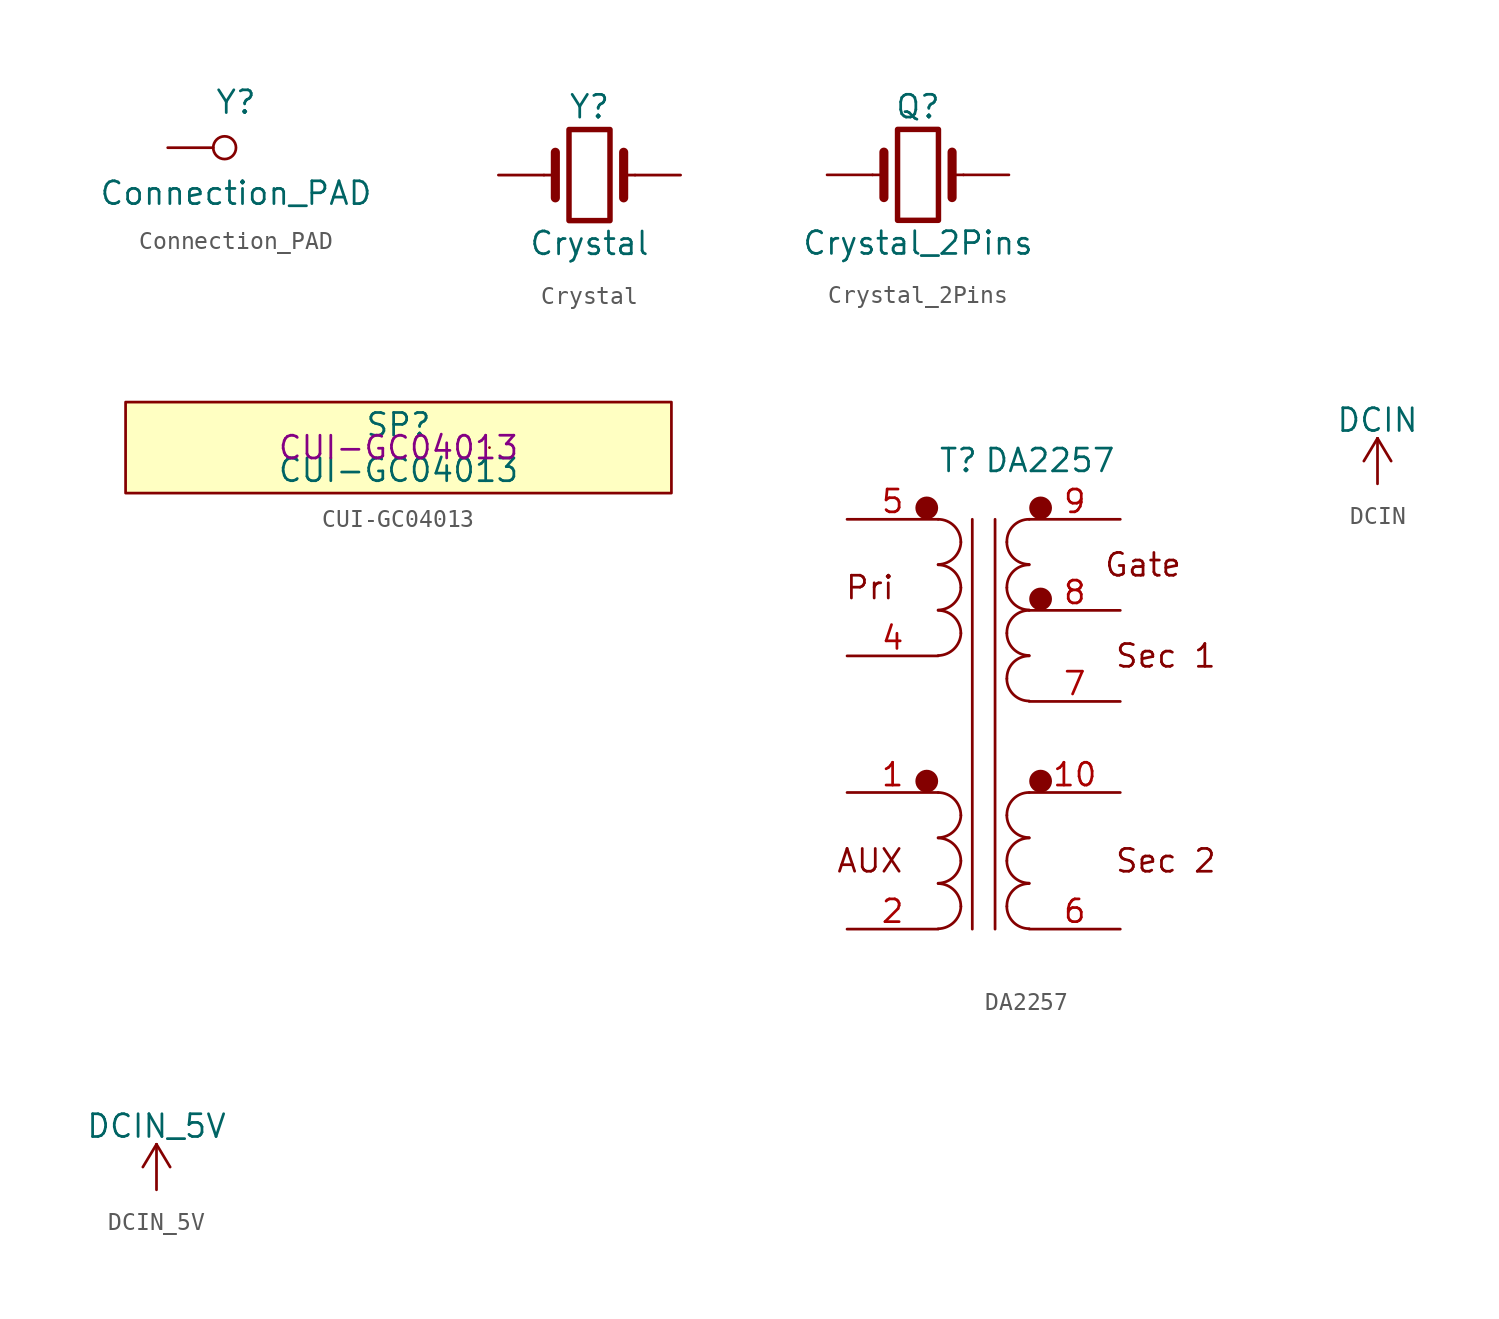
<source format=kicad_sym>
(kicad_symbol_lib
  (version 20220914)
  (generator kicad_symbol_editor)
  (symbol "Connection_PAD"
    (pin_numbers hide)
    (pin_names
      (offset 1.016) hide)
    (property "Reference" "Y"
      (at 3.81 2.54 0)
      (effects (font (size 1.27 1.27))))
    (property "Value" "Connection_PAD"
      (at 3.81 -2.54 0)
      (effects (font (size 1.27 1.27))))
    (symbol "Connection_PAD_0_1"
      (circle (center 3.175 0) (radius 0.635) (stroke (width 0) (type solid)) (fill (type none))))
    (symbol "Connection_PAD_1_1"
      (pin passive line (at 0 0 0) (length 2.54) (name "~" (effects (font (size 1.27 1.27)))) (number "1" (effects (font (size 1.27 1.27)))))))
  (symbol "Crystal"
    (pin_numbers hide)
    (pin_names
      (offset 1.016) hide)
    (property "Reference" "Y"
      (at 0 3.81 0)
      (effects (font (size 1.27 1.27))))
    (property "Value" "Crystal"
      (at 0 -3.81 0)
      (effects (font (size 1.27 1.27))))
    (symbol "Crystal_0_1"
      (rectangle (start -1.143 2.54) (end 1.143 -2.54) (stroke (width 0.305) (type solid)) (fill (type none)))
      (polyline (pts (xy -2.54 0) (xy -1.905 0)) (stroke (width 0) (type solid)) (fill (type none)))
      (polyline (pts (xy -1.905 -1.27) (xy -1.905 1.27)) (stroke (width 0.508) (type solid)) (fill (type none)))
      (polyline (pts (xy 1.905 -1.27) (xy 1.905 1.27)) (stroke (width 0.508) (type solid)) (fill (type none)))
      (polyline (pts (xy 2.54 0) (xy 1.905 0)) (stroke (width 0) (type solid)) (fill (type none))))
    (symbol "Crystal_1_1"
      (pin passive line (at -5.08 0 0) (length 2.54) (name "1" (effects (font (size 1.27 1.27)))) (number "1" (effects (font (size 1.27 1.27)))))
      (pin no_connect line (at 0 -2.54 90) (length 0) hide (name "2" (effects (font (size 0 0)))) (number "2" (effects (font (size 0 0)))))
      (pin passive line (at 5.08 0 180) (length 2.54) (name "3" (effects (font (size 1.27 1.27)))) (number "3" (effects (font (size 1.27 1.27)))))
      (pin no_connect line (at 0 2.54 270) (length 0) hide (name "4" (effects (font (size 0 0)))) (number "4" (effects (font (size 0 0)))))))
  (symbol "Crystal_2Pins"
    (pin_numbers hide)
    (pin_names
      (offset 1.016) hide)
    (property "Reference" "Q"
      (at 0 3.81 0)
      (effects (font (size 1.27 1.27))))
    (property "Value" "Crystal_2Pins"
      (at 0 -3.81 0)
      (effects (font (size 1.27 1.27))))
    (symbol "Crystal_2Pins_0_1"
      (rectangle (start -1.143 2.54) (end 1.143 -2.54) (stroke (width 0.305) (type solid)) (fill (type none)))
      (polyline (pts (xy -2.54 0) (xy -1.905 0)) (stroke (width 0) (type solid)) (fill (type none)))
      (polyline (pts (xy -1.905 -1.27) (xy -1.905 1.27)) (stroke (width 0.508) (type solid)) (fill (type none)))
      (polyline (pts (xy 1.905 -1.27) (xy 1.905 1.27)) (stroke (width 0.508) (type solid)) (fill (type none)))
      (polyline (pts (xy 2.54 0) (xy 1.905 0)) (stroke (width 0) (type solid)) (fill (type none))))
    (symbol "Crystal_2Pins_1_1"
      (pin passive line (at -5.08 0 0) (length 2.54) (name "1" (effects (font (size 1.27 1.27)))) (number "1" (effects (font (size 1.27 1.27)))))
      (pin passive line (at 5.08 0 180) (length 2.54) (name "2" (effects (font (size 1.27 1.27)))) (number "2" (effects (font (size 1.27 1.27)))))))
  (symbol "CUI-GC04013"
    (pin_names
      (offset 1.016))
    (property "Reference" "SP"
      (at 0 1.27 0)
      (effects (font (size 1.27 1.27))))
    (property "Value" "CUI-GC04013"
      (at 0 -1.27 0)
      (effects (font (size 1.27 1.27))))
    (property "Mfr. Part Number" "CUI-GC04013"
      (at 0 0 0)
      (effects (font (size 1.27 1.27))))
    (symbol "CUI-GC04013_0_1"
      (rectangle (start -15.24 2.54) (end 15.24 -2.54) (stroke (width 0) (type solid)) (fill (type background)))
      (rectangle (start 5.08 0) (end 5.08 0) (stroke (width 0) (type solid)) (fill (type none)))))
  (symbol "DA2257"
    (pin_names
      (offset 1.016))
    (property "Reference" "T"
      (at 5.08 2.54 0)
      (effects (font (size 1.27 1.27)) (justify left bottom)))
    (property "Value" "DA2257"
      (at 7.62 2.54 0)
      (effects (font (size 1.27 1.27)) (justify left bottom)))
    (symbol "DA2257_0_0"
      (text "AUX" (at 1.27 -19.05 0) (effects (font (size 1.27 1.27))))
      (text "Gate" (at 16.51 -2.54 0) (effects (font (size 1.27 1.27))))
      (text "Pri" (at 1.27 -3.81 0) (effects (font (size 1.27 1.27))))
      (text "Sec 1" (at 17.78 -7.62 0) (effects (font (size 1.27 1.27))))
      (text "Sec 2" (at 17.78 -19.05 0) (effects (font (size 1.27 1.27)))))
    (symbol "DA2257_1_0"
      (pin passive line (at 15.24 0 180) (length 5.08) (name "~" (effects (font (size 1.27 1.27)))) (number "9" (effects (font (size 1.27 1.27))))))
    (symbol "DA2257_1_1"
      (polyline (pts (xy 6.985 0) (xy 6.985 -22.86)) (stroke (width 0) (type solid)) (fill (type none)))
      (polyline (pts (xy 8.255 -22.86) (xy 8.255 0)) (stroke (width 0) (type solid)) (fill (type none)))
      (circle (center 4.445 -14.605) (radius 0.0001) (stroke (width 0.635) (type solid)) (fill (type none)))
      (circle (center 4.445 0.635) (radius 0.0001) (stroke (width 0.635) (type solid)) (fill (type none)))
      (arc (start 5.08 -22.8346) (mid 5.9601 -22.4701) (end 6.35 -21.59) (stroke (width 0) (type solid)) (fill (type none)))
      (arc (start 5.08 -20.2946) (mid 5.9601 -19.9301) (end 6.35 -19.05) (stroke (width 0) (type solid)) (fill (type none)))
      (arc (start 5.08 -17.7546) (mid 5.9601 -17.3901) (end 6.35 -16.51) (stroke (width 0) (type solid)) (fill (type none)))
      (arc (start 5.08 -7.5946) (mid 5.9601 -7.2301) (end 6.35 -6.35) (stroke (width 0) (type solid)) (fill (type none)))
      (arc (start 5.08 -5.0546) (mid 5.9601 -4.6901) (end 6.35 -3.81) (stroke (width 0) (type solid)) (fill (type none)))
      (arc (start 5.08 -2.5146) (mid 5.9601 -2.1501) (end 6.35 -1.27) (stroke (width 0) (type solid)) (fill (type none)))
      (arc (start 6.35 -21.59) (mid 5.978 -20.692) (end 5.08 -20.32) (stroke (width 0) (type solid)) (fill (type none)))
      (arc (start 6.35 -19.05) (mid 5.978 -18.152) (end 5.08 -17.78) (stroke (width 0) (type solid)) (fill (type none)))
      (arc (start 6.35 -16.51) (mid 5.978 -15.612) (end 5.08 -15.24) (stroke (width 0) (type solid)) (fill (type none)))
      (arc (start 6.35 -6.35) (mid 5.978 -5.452) (end 5.08 -5.08) (stroke (width 0) (type solid)) (fill (type none)))
      (arc (start 6.35 -3.81) (mid 5.978 -2.912) (end 5.08 -2.54) (stroke (width 0) (type solid)) (fill (type none)))
      (arc (start 6.35 -1.27) (mid 5.978 -0.372) (end 5.08 0) (stroke (width 0) (type solid)) (fill (type none)))
      (arc (start 8.9154 -21.59) (mid 9.2799 -22.4701) (end 10.16 -22.8346) (stroke (width 0) (type solid)) (fill (type none)))
      (arc (start 8.9154 -19.05) (mid 9.2799 -19.9301) (end 10.16 -20.2946) (stroke (width 0) (type solid)) (fill (type none)))
      (arc (start 8.9154 -16.51) (mid 9.2799 -17.3901) (end 10.16 -17.7546) (stroke (width 0) (type solid)) (fill (type none)))
      (arc (start 8.9154 -8.89) (mid 9.2799 -9.7701) (end 10.16 -10.1346) (stroke (width 0) (type solid)) (fill (type none)))
      (arc (start 8.9154 -6.35) (mid 9.2799 -7.2301) (end 10.16 -7.5946) (stroke (width 0) (type solid)) (fill (type none)))
      (arc (start 8.9154 -3.81) (mid 9.2799 -4.6901) (end 10.16 -5.0546) (stroke (width 0) (type solid)) (fill (type none)))
      (arc (start 8.9154 -1.27) (mid 9.2799 -2.1501) (end 10.16 -2.5146) (stroke (width 0) (type solid)) (fill (type none)))
      (arc (start 10.16 -20.32) (mid 9.262 -20.692) (end 8.9154 -21.59) (stroke (width 0) (type solid)) (fill (type none)))
      (arc (start 10.16 -17.78) (mid 9.262 -18.152) (end 8.9154 -19.05) (stroke (width 0) (type solid)) (fill (type none)))
      (arc (start 10.16 -15.24) (mid 9.262 -15.612) (end 8.9154 -16.51) (stroke (width 0) (type solid)) (fill (type none)))
      (arc (start 10.16 -7.62) (mid 9.262 -7.992) (end 8.9154 -8.89) (stroke (width 0) (type solid)) (fill (type none)))
      (arc (start 10.16 -5.08) (mid 9.262 -5.452) (end 8.9154 -6.35) (stroke (width 0) (type solid)) (fill (type none)))
      (arc (start 10.16 -2.54) (mid 9.262 -2.912) (end 8.9154 -3.81) (stroke (width 0) (type solid)) (fill (type none)))
      (arc (start 10.16 0) (mid 9.262 -0.372) (end 8.9154 -1.27) (stroke (width 0) (type solid)) (fill (type none)))
      (circle (center 10.795 -14.605) (radius 0.0001) (stroke (width 0.635) (type solid)) (fill (type none)))
      (circle (center 10.795 -4.445) (radius 0.0001) (stroke (width 0.635) (type solid)) (fill (type none)))
      (circle (center 10.795 0.635) (radius 0.0001) (stroke (width 0.635) (type solid)) (fill (type none)))
      (pin passive line (at 0 -15.24 0) (length 5.08) (name "~" (effects (font (size 1.27 1.27)))) (number "1" (effects (font (size 1.27 1.27)))))
      (pin passive line (at 15.24 -15.24 180) (length 5.08) (name "~" (effects (font (size 1.27 1.27)))) (number "10" (effects (font (size 1.27 1.27)))))
      (pin passive line (at 0 -22.86 0) (length 5.08) (name "~" (effects (font (size 1.27 1.27)))) (number "2" (effects (font (size 1.27 1.27)))))
      (pin passive line (at 0 -7.62 0) (length 5.08) (name "~" (effects (font (size 1.27 1.27)))) (number "4" (effects (font (size 1.27 1.27)))))
      (pin passive line (at 0 0 0) (length 5.08) (name "~" (effects (font (size 1.27 1.27)))) (number "5" (effects (font (size 1.27 1.27)))))
      (pin passive line (at 15.24 -22.86 180) (length 5.08) (name "~" (effects (font (size 1.27 1.27)))) (number "6" (effects (font (size 1.27 1.27)))))
      (pin passive line (at 15.24 -10.16 180) (length 5.08) (name "~" (effects (font (size 1.27 1.27)))) (number "7" (effects (font (size 1.27 1.27)))))
      (pin passive line (at 15.24 -5.08 180) (length 5.08) (name "~" (effects (font (size 1.27 1.27)))) (number "8" (effects (font (size 1.27 1.27)))))))
  (symbol "DCIN"
    (power)
    (pin_names
      (offset 0))
    (property "Reference" "#PWR"
      (at 0 -3.81 0)
      (effects (font (size 1.27 1.27)) hide))
    (property "Value" "DCIN"
      (at 0 3.556 0)
      (effects (font (size 1.27 1.27))))
    (symbol "DCIN_0_1"
      (polyline (pts (xy -0.762 1.27) (xy 0 2.54)) (stroke (width 0) (type solid)) (fill (type none)))
      (polyline (pts (xy 0 0) (xy 0 2.54)) (stroke (width 0) (type solid)) (fill (type none)))
      (polyline (pts (xy 0 2.54) (xy 0.762 1.27)) (stroke (width 0) (type solid)) (fill (type none))))
    (symbol "DCIN_1_1"
      (pin power_in line (at 0 0 90) (length 0) hide (name "DCIN" (effects (font (size 1.27 1.27)))) (number "1" (effects (font (size 1.27 1.27)))))))
  (symbol "DCIN_5V"
    (power)
    (pin_names
      (offset 0))
    (property "Reference" "#PWR"
      (at 0 -3.81 0)
      (effects (font (size 1.27 1.27)) hide))
    (property "Value" "DCIN_5V"
      (at 0 3.556 0)
      (effects (font (size 1.27 1.27))))
    (symbol "DCIN_5V_0_1"
      (polyline (pts (xy -0.762 1.27) (xy 0 2.54)) (stroke (width 0) (type solid)) (fill (type none)))
      (polyline (pts (xy 0 0) (xy 0 2.54)) (stroke (width 0) (type solid)) (fill (type none)))
      (polyline (pts (xy 0 2.54) (xy 0.762 1.27)) (stroke (width 0) (type solid)) (fill (type none))))
    (symbol "DCIN_5V_1_1"
      (pin power_in line (at 0 0 90) (length 0) hide (name "DCIN_5V" (effects (font (size 1.27 1.27)))) (number "1" (effects (font (size 1.27 1.27))))))))
</source>
